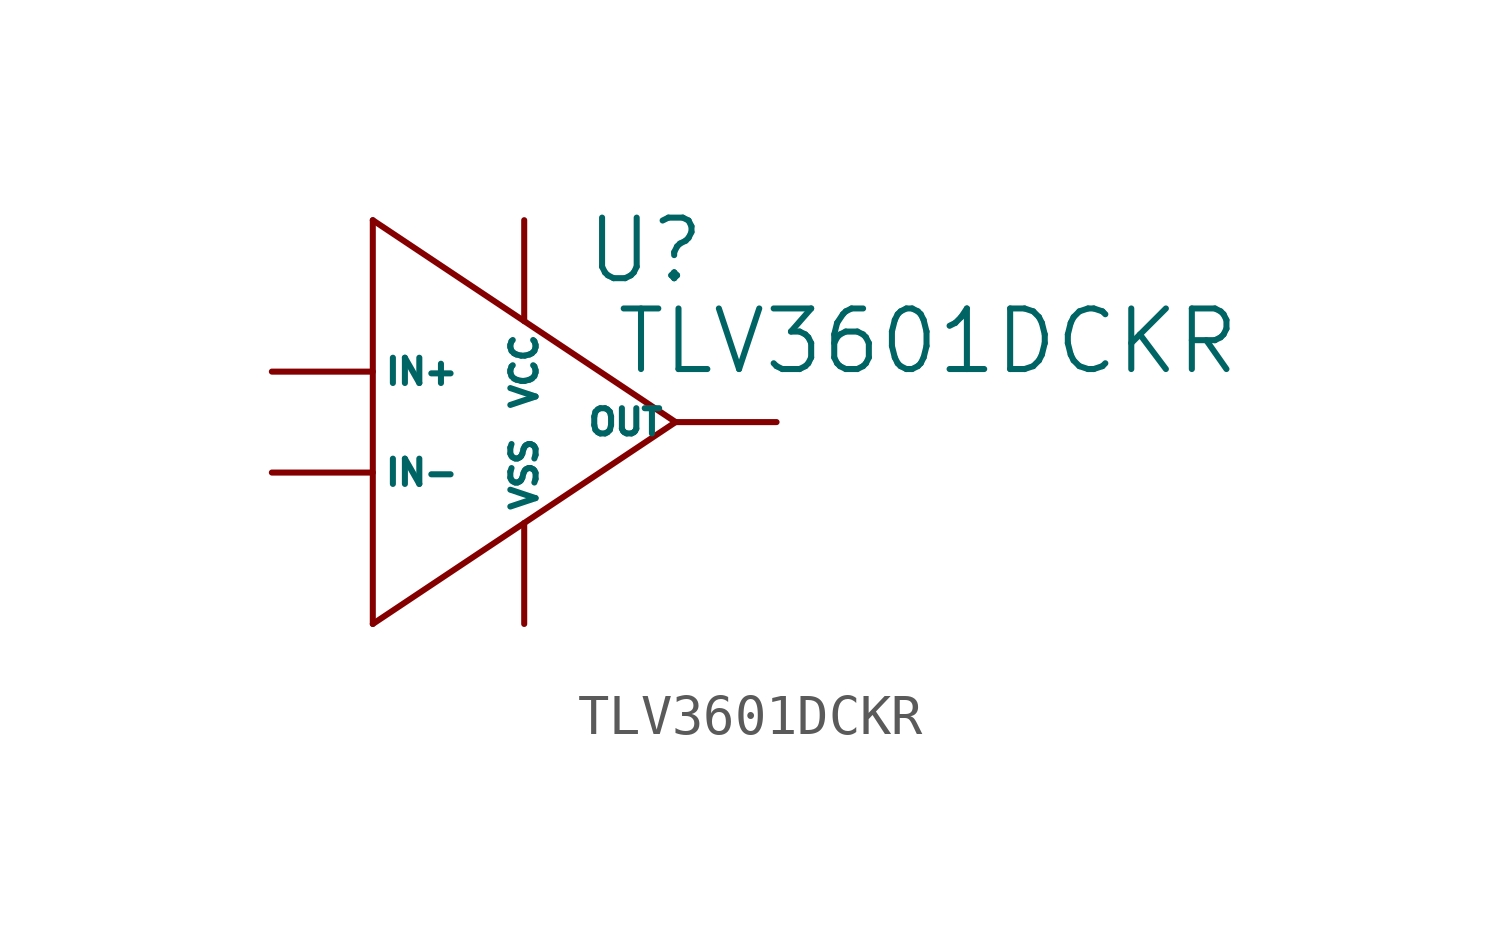
<source format=kicad_sym>
(kicad_symbol_lib
  (version 20220914)
  (generator kicad_symbol_editor)
  (symbol "TLV3601DCKR"
    (pin_numbers hide)
    (pin_names
      (offset 0.254))
    (property "Reference" "U"
      (at 4.318 4.318 0)
      (effects (font (size 1.524 1.524))))
    (property "Value" "TLV3601DCKR"
      (at 11.43 2.032 0)
      (effects (font (size 1.524 1.524))))
    (symbol "TLV3601DCKR_1_1"
      (polyline (pts (xy -2.54 5.08) (xy -2.54 -5.08)) (stroke (width 0.152) (type default)) (fill (type none)))
      (polyline (pts (xy 5.08 0) (xy -2.54 -5.08)) (stroke (width 0.152) (type default)) (fill (type none)))
      (polyline (pts (xy 5.08 0) (xy -2.54 5.08)) (stroke (width 0.152) (type default)) (fill (type none)))
      (pin output line (at 7.62 0 180) (length 2.54) (name "OUT" (effects (font (size 0.635 0.635)))) (number "1" (effects (font (size 0.635 0.635)))))
      (pin power_in line (at 1.27 -5.08 90) (length 2.54) (name "VSS" (effects (font (size 0.635 0.635)))) (number "2" (effects (font (size 0.635 0.635)))))
      (pin input line (at -5.08 1.27 0) (length 2.54) (name "IN+" (effects (font (size 0.635 0.635)))) (number "3" (effects (font (size 0.635 0.635)))))
      (pin input line (at -5.08 -1.27 0) (length 2.54) (name "IN-" (effects (font (size 0.635 0.635)))) (number "4" (effects (font (size 0.635 0.635)))))
      (pin power_in line (at 1.27 5.08 270) (length 2.54) (name "VCC" (effects (font (size 0.635 0.635)))) (number "5" (effects (font (size 0.635 0.635))))))))
</source>
